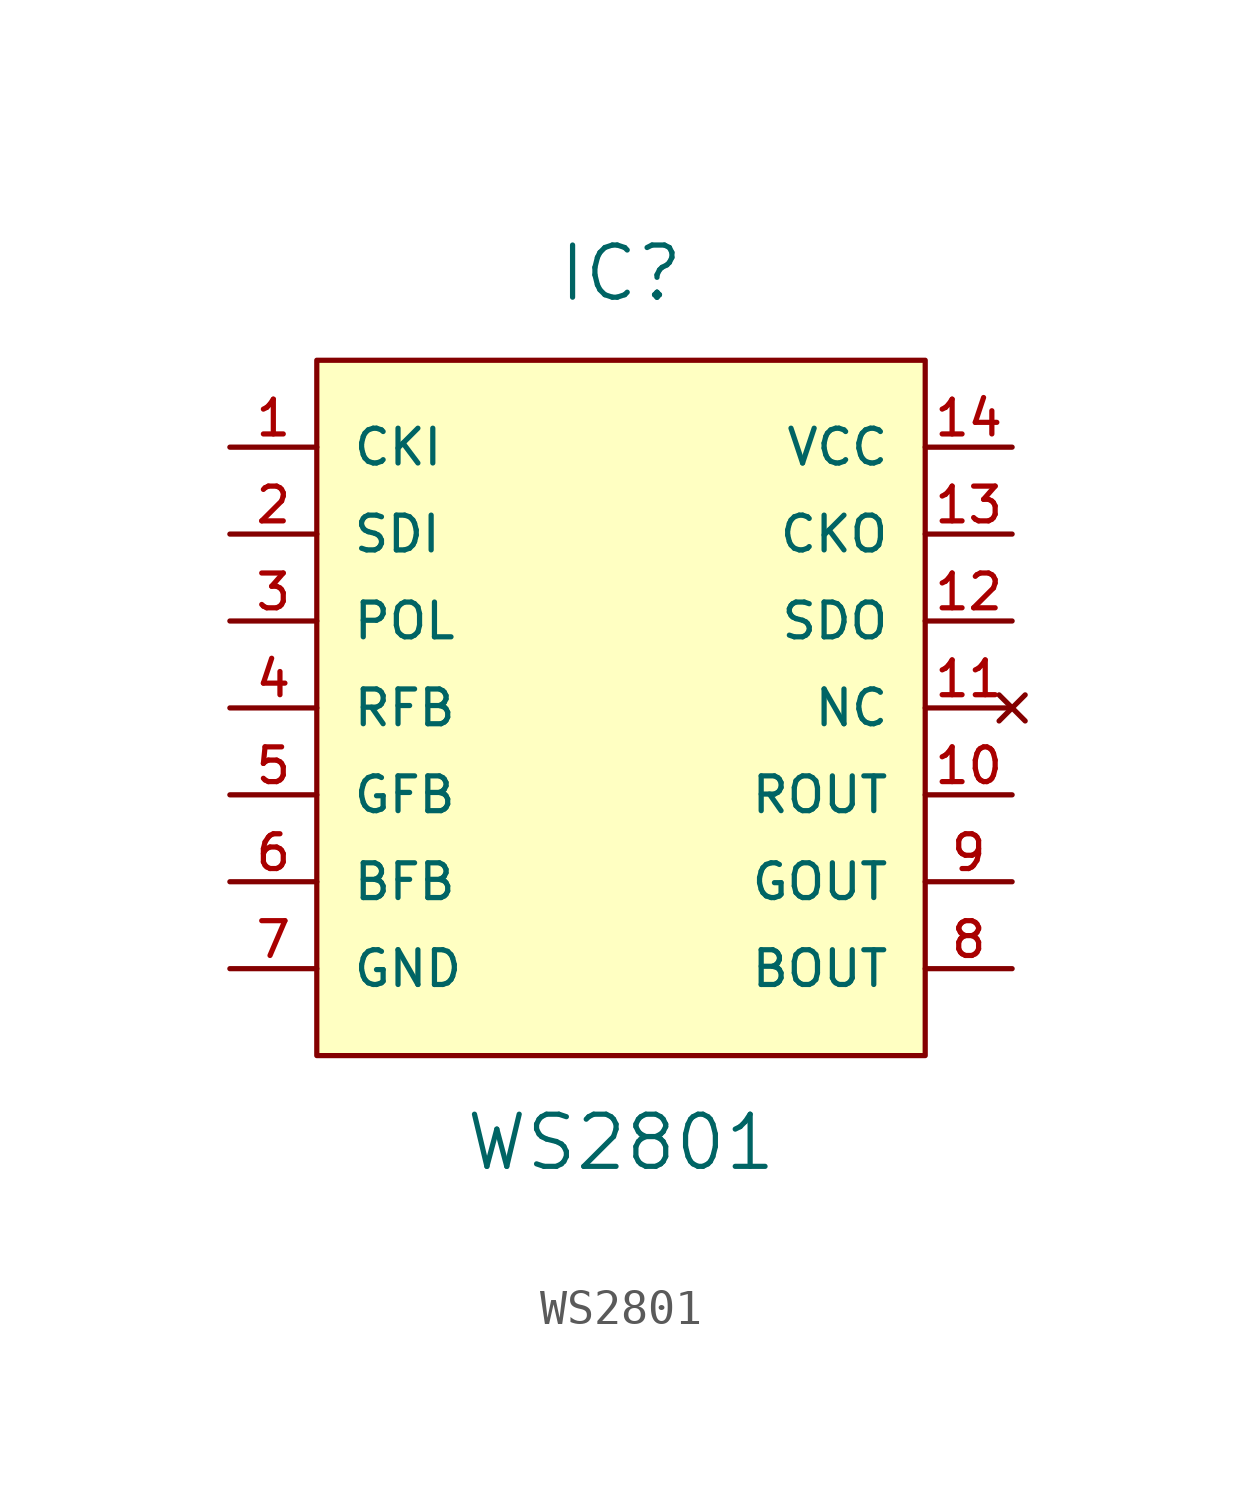
<source format=kicad_sym>
(kicad_symbol_lib
  (version 20211014)
  (generator kicad_symbol_editor)
  (symbol "WS2801"
    (pin_names
      (offset 1.016))
    (property "Reference" "IC"
      (at 0 12.7 0)
      (effects (font (size 1.524 1.524))))
    (property "Value" "WS2801"
      (at 0 -12.7 0)
      (effects (font (size 1.524 1.524))))
    (property "Footprint" ""
      (at 0 0 0)
      (effects (font (size 1.524 1.524))))
    (property "Datasheet" ""
      (at 0 0 0)
      (effects (font (size 1.524 1.524))))
    (symbol "WS2801_0_1"
      (rectangle (start -8.89 10.16) (end 8.89 -10.16) (stroke (width 0) (type default) (color 0 0 0 0)) (fill (type background))))
    (symbol "WS2801_1_1"
      (pin input line (at -11.43 7.62 0) (length 2.54) (name "CKI" (effects (font (size 1.016 1.016)))) (number "1" (effects (font (size 1.016 1.016)))))
      (pin output line (at 11.43 -2.54 180) (length 2.54) (name "ROUT" (effects (font (size 1.016 1.016)))) (number "10" (effects (font (size 1.016 1.016)))))
      (pin no_connect line (at 11.43 0 180) (length 2.54) (name "NC" (effects (font (size 1.016 1.016)))) (number "11" (effects (font (size 1.016 1.016)))))
      (pin output line (at 11.43 2.54 180) (length 2.54) (name "SDO" (effects (font (size 1.016 1.016)))) (number "12" (effects (font (size 1.016 1.016)))))
      (pin output line (at 11.43 5.08 180) (length 2.54) (name "CKO" (effects (font (size 1.016 1.016)))) (number "13" (effects (font (size 1.016 1.016)))))
      (pin power_in line (at 11.43 7.62 180) (length 2.54) (name "VCC" (effects (font (size 1.016 1.016)))) (number "14" (effects (font (size 1.016 1.016)))))
      (pin input line (at -11.43 5.08 0) (length 2.54) (name "SDI" (effects (font (size 1.016 1.016)))) (number "2" (effects (font (size 1.016 1.016)))))
      (pin input line (at -11.43 2.54 0) (length 2.54) (name "POL" (effects (font (size 1.016 1.016)))) (number "3" (effects (font (size 1.016 1.016)))))
      (pin input line (at -11.43 0 0) (length 2.54) (name "RFB" (effects (font (size 1.016 1.016)))) (number "4" (effects (font (size 1.016 1.016)))))
      (pin input line (at -11.43 -2.54 0) (length 2.54) (name "GFB" (effects (font (size 1.016 1.016)))) (number "5" (effects (font (size 1.016 1.016)))))
      (pin input line (at -11.43 -5.08 0) (length 2.54) (name "BFB" (effects (font (size 1.016 1.016)))) (number "6" (effects (font (size 1.016 1.016)))))
      (pin input line (at -11.43 -7.62 0) (length 2.54) (name "GND" (effects (font (size 1.016 1.016)))) (number "7" (effects (font (size 1.016 1.016)))))
      (pin output line (at 11.43 -7.62 180) (length 2.54) (name "BOUT" (effects (font (size 1.016 1.016)))) (number "8" (effects (font (size 1.016 1.016)))))
      (pin output line (at 11.43 -5.08 180) (length 2.54) (name "GOUT" (effects (font (size 1.016 1.016)))) (number "9" (effects (font (size 1.016 1.016))))))))
</source>
